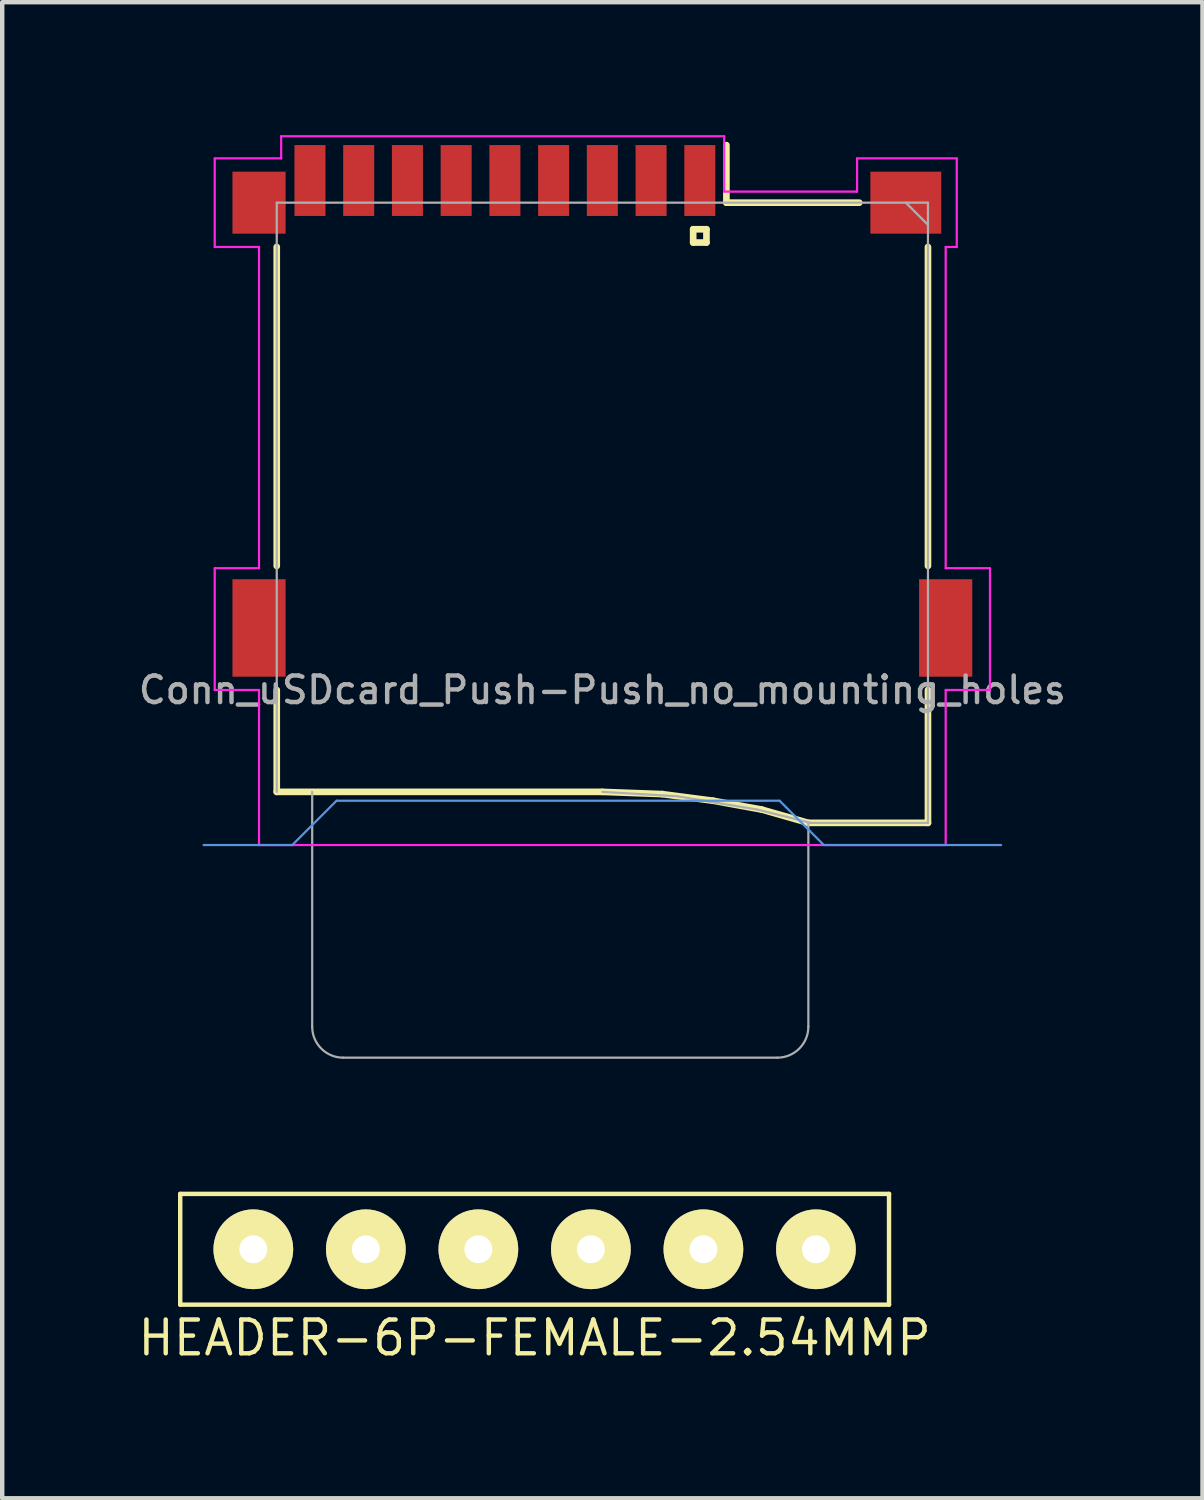
<source format=kicad_pcb>
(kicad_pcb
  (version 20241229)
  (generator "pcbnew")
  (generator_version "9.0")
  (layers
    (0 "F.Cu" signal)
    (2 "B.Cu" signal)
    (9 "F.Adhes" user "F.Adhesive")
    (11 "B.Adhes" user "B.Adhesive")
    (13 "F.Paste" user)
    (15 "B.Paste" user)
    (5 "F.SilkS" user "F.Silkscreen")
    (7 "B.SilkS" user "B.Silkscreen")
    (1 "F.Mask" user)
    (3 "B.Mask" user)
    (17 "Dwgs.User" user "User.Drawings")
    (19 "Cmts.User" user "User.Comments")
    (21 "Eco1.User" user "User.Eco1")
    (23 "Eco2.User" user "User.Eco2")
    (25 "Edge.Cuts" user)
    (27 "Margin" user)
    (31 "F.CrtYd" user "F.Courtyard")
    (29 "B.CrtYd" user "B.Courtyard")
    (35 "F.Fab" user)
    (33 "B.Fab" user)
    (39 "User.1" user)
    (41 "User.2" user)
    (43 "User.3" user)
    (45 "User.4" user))
  (footprint "HEADER-6P-FEMALE-2.54MMP"
    (layer "F.Cu")
    (at 9.018 25.15)
    (property "Reference" "HEADER-6P-FEMALE-2.54MMP" (at 0 2 0) (layer "F.SilkS") (effects (font (size 0.762 0.762) (thickness 0.1))))
    (attr through_hole)
    (fp_line (start -8 -1.25) (end 8 -1.25) (stroke (width 0.1) (type solid)) (layer "F.SilkS"))
    (fp_line (start -8 1.25) (end -8 -1.25) (stroke (width 0.1) (type solid)) (layer "F.SilkS"))
    (fp_line (start -8 1.25) (end 8 1.25) (stroke (width 0.1) (type solid)) (layer "F.SilkS"))
    (fp_line (start 8 1.25) (end 8 -1.25) (stroke (width 0.1) (type solid)) (layer "F.SilkS"))
    (pad "1" thru_hole circle (at -6.35 0) (size 1.8 1.8) (drill 0.63) (layers "*.Cu" "*.Mask" "F.SilkS"))
    (pad "2" thru_hole circle (at -3.81 0) (size 1.8 1.8) (drill 0.63) (layers "*.Cu" "*.Mask" "F.SilkS"))
    (pad "3" thru_hole circle (at -1.27 0) (size 1.8 1.8) (drill 0.63) (layers "*.Cu" "*.Mask" "F.SilkS"))
    (pad "4" thru_hole circle (at 1.27 0) (size 1.8 1.8) (drill 0.63) (layers "*.Cu" "*.Mask" "F.SilkS"))
    (pad "5" thru_hole circle (at 3.81 0) (size 1.8 1.8) (drill 0.63) (layers "*.Cu" "*.Mask" "F.SilkS"))
    (pad "6" thru_hole circle (at 6.35 0) (size 1.8 1.8) (drill 0.63) (layers "*.Cu" "*.Mask" "F.SilkS")))
  (footprint "Conn_uSDcard_Push-Push_no_mounting_holes"
    (layer "F.Cu")
    (at 10.547 11.525)
    (property "Reference" "Conn_uSDcard_Push-Push_no_mounting_holes" (at 0 1 180) (layer "F.Fab") (effects (font (size 0.6 0.6) (thickness 0.1))))
    (attr smd)
    (fp_line (start -7.35 -1.8) (end -7.35 -9) (stroke (width 0.15) (type solid)) (layer "F.SilkS"))
    (fp_line (start -7.35 1) (end -7.35 3.3) (stroke (width 0.15) (type solid)) (layer "F.SilkS"))
    (fp_line (start -7.35 3.3) (end 0 3.3) (stroke (width 0.15) (type solid)) (layer "F.SilkS"))
    (fp_line (start 0 3.3) (end 1.35 3.35) (stroke (width 0.15) (type solid)) (layer "F.SilkS"))
    (fp_line (start 1.35 3.35) (end 2.5 3.5) (stroke (width 0.15) (type solid)) (layer "F.SilkS"))
    (fp_line (start 2.05 -9.4) (end 2.05 -9.1) (stroke (width 0.15) (type solid)) (layer "F.SilkS"))
    (fp_line (start 2.05 -9.1) (end 2.35 -9.1) (stroke (width 0.15) (type solid)) (layer "F.SilkS"))
    (fp_line (start 2.35 -9.4) (end 2.05 -9.4) (stroke (width 0.15) (type solid)) (layer "F.SilkS"))
    (fp_line (start 2.35 -9.1) (end 2.35 -9.4) (stroke (width 0.15) (type solid)) (layer "F.SilkS"))
    (fp_line (start 2.5 3.5) (end 3.6 3.7) (stroke (width 0.15) (type solid)) (layer "F.SilkS"))
    (fp_line (start 2.8 -10) (end 2.8 -11.3) (stroke (width 0.15) (type solid)) (layer "F.SilkS"))
    (fp_line (start 2.8 -10) (end 5.8 -10) (stroke (width 0.15) (type solid)) (layer "F.SilkS"))
    (fp_line (start 3.6 3.7) (end 4.65 4) (stroke (width 0.15) (type solid)) (layer "F.SilkS"))
    (fp_line (start 4.65 4) (end 7.35 4) (stroke (width 0.15) (type solid)) (layer "F.SilkS"))
    (fp_line (start 7.35 -9) (end 7.35 -1.8) (stroke (width 0.15) (type solid)) (layer "F.SilkS"))
    (fp_line (start 7.35 4) (end 7.35 1) (stroke (width 0.15) (type solid)) (layer "F.SilkS"))
    (fp_line (start -9 4.5) (end -7 4.5) (stroke (width 0.05) (type solid)) (layer "Cmts.User"))
    (fp_line (start -7 4.5) (end -6 3.5) (stroke (width 0.05) (type solid)) (layer "Cmts.User"))
    (fp_line (start -6 3.5) (end 4 3.5) (stroke (width 0.05) (type solid)) (layer "Cmts.User"))
    (fp_line (start 4 3.5) (end 5 4.5) (stroke (width 0.05) (type solid)) (layer "Cmts.User"))
    (fp_line (start 5 4.5) (end 9 4.5) (stroke (width 0.05) (type solid)) (layer "Cmts.User"))
    (fp_line (start -8.75 -11) (end -7.25 -11) (stroke (width 0.05) (type solid)) (layer "F.CrtYd"))
    (fp_line (start -8.75 -9) (end -8.75 -11) (stroke (width 0.05) (type solid)) (layer "F.CrtYd"))
    (fp_line (start -8.75 -1.75) (end -7.75 -1.75) (stroke (width 0.05) (type solid)) (layer "F.CrtYd"))
    (fp_line (start -8.75 1) (end -8.75 -1.75) (stroke (width 0.05) (type solid)) (layer "F.CrtYd"))
    (fp_line (start -7.75 -9) (end -8.75 -9) (stroke (width 0.05) (type solid)) (layer "F.CrtYd"))
    (fp_line (start -7.75 -1.75) (end -7.75 -9) (stroke (width 0.05) (type solid)) (layer "F.CrtYd"))
    (fp_line (start -7.75 1) (end -8.75 1) (stroke (width 0.05) (type solid)) (layer "F.CrtYd"))
    (fp_line (start -7.75 4.5) (end -7.75 1) (stroke (width 0.05) (type solid)) (layer "F.CrtYd"))
    (fp_line (start -7.75 4.5) (end 7.75 4.5) (stroke (width 0.05) (type solid)) (layer "F.CrtYd"))
    (fp_line (start -7.25 -11.5) (end 2.75 -11.5) (stroke (width 0.05) (type solid)) (layer "F.CrtYd"))
    (fp_line (start -7.25 -11) (end -7.25 -11.5) (stroke (width 0.05) (type solid)) (layer "F.CrtYd"))
    (fp_line (start 2.75 -11.5) (end 2.75 -10.25) (stroke (width 0.05) (type solid)) (layer "F.CrtYd"))
    (fp_line (start 2.75 -10.25) (end 5.75 -10.25) (stroke (width 0.05) (type solid)) (layer "F.CrtYd"))
    (fp_line (start 5.75 -11) (end 8 -11) (stroke (width 0.05) (type solid)) (layer "F.CrtYd"))
    (fp_line (start 5.75 -10.25) (end 5.75 -11) (stroke (width 0.05) (type solid)) (layer "F.CrtYd"))
    (fp_line (start 7.75 -9) (end 7.75 -1.75) (stroke (width 0.05) (type solid)) (layer "F.CrtYd"))
    (fp_line (start 7.75 -1.75) (end 8.75 -1.75) (stroke (width 0.05) (type solid)) (layer "F.CrtYd"))
    (fp_line (start 7.75 1) (end 7.75 4.5) (stroke (width 0.05) (type solid)) (layer "F.CrtYd"))
    (fp_line (start 8 -11) (end 8 -9) (stroke (width 0.05) (type solid)) (layer "F.CrtYd"))
    (fp_line (start 8 -9) (end 7.75 -9) (stroke (width 0.05) (type solid)) (layer "F.CrtYd"))
    (fp_line (start 8.75 -1.75) (end 8.75 1) (stroke (width 0.05) (type solid)) (layer "F.CrtYd"))
    (fp_line (start 8.75 1) (end 7.75 1) (stroke (width 0.05) (type solid)) (layer "F.CrtYd"))
    (fp_line (start -7.35 -10) (end -7.35 3.3) (stroke (width 0.05) (type solid)) (layer "F.Fab"))
    (fp_line (start -7.35 -10) (end 7.35 -10) (stroke (width 0.05) (type solid)) (layer "F.Fab"))
    (fp_line (start -6.55 8.6) (end -6.55 3.3) (stroke (width 0.05) (type solid)) (layer "F.Fab"))
    (fp_line (start -5.85 9.3) (end 3.95 9.3) (stroke (width 0.05) (type solid)) (layer "F.Fab"))
    (fp_line (start 0 3.3) (end 1.7 3.4) (stroke (width 0.05) (type solid)) (layer "F.Fab"))
    (fp_line (start 1.7 3.4) (end 3.5 3.7) (stroke (width 0.05) (type solid)) (layer "F.Fab"))
    (fp_line (start 3.5 3.7) (end 4.7 4) (stroke (width 0.05) (type solid)) (layer "F.Fab"))
    (fp_line (start 4.65 4) (end 7.35 4) (stroke (width 0.05) (type solid)) (layer "F.Fab"))
    (fp_line (start 4.65 8.6) (end 4.65 4) (stroke (width 0.05) (type solid)) (layer "F.Fab"))
    (fp_line (start 7.35 -10) (end 7.35 4) (stroke (width 0.05) (type solid)) (layer "F.Fab"))
    (fp_line (start 7.35 -9.5) (end 6.85 -10) (stroke (width 0.05) (type solid)) (layer "F.Fab"))
    (fp_arc (start -5.85 9.3) (mid -6.344975 9.094975) (end -6.55 8.6) (stroke (width 0.05) (type solid)) (layer "F.Fab"))
    (fp_arc (start 4.65 8.6) (mid 4.444975 9.094975) (end 3.95 9.3) (stroke (width 0.05) (type solid)) (layer "F.Fab"))
    (fp_text user "${REFERENCE}" (at 2.1 -9.35 180) (layer "Eco1.User") (effects (font (size 0.3 0.3) (thickness 0.03))))
    (pad "1" smd rect (at 2.2 -10.5) (size 0.7 1.6) (layers "F.Cu" "F.Mask" "F.Paste"))
    (pad "2" smd rect (at 1.1 -10.5) (size 0.7 1.6) (layers "F.Cu" "F.Mask" "F.Paste"))
    (pad "3" smd rect (at 0 -10.5) (size 0.7 1.6) (layers "F.Cu" "F.Mask" "F.Paste"))
    (pad "4" smd rect (at -1.1 -10.5) (size 0.7 1.6) (layers "F.Cu" "F.Mask" "F.Paste"))
    (pad "5" smd rect (at -2.2 -10.5) (size 0.7 1.6) (layers "F.Cu" "F.Mask" "F.Paste"))
    (pad "6" smd rect (at -7.75 -10) (size 1.2 1.4) (layers "F.Cu" "F.Mask" "F.Paste"))
    (pad "6" smd rect (at -7.75 -0.4) (size 1.2 2.2) (layers "F.Cu" "F.Mask" "F.Paste"))
    (pad "6" smd rect (at -3.3 -10.5) (size 0.7 1.6) (layers "F.Cu" "F.Mask" "F.Paste"))
    (pad "6" smd rect (at 6.85 -10) (size 1.6 1.4) (layers "F.Cu" "F.Mask" "F.Paste"))
    (pad "6" smd rect (at 7.75 -0.4) (size 1.2 2.2) (layers "F.Cu" "F.Mask" "F.Paste"))
    (pad "7" smd rect (at -4.4 -10.5) (size 0.7 1.6) (layers "F.Cu" "F.Mask" "F.Paste"))
    (pad "8" smd rect (at -5.5 -10.5) (size 0.7 1.6) (layers "F.Cu" "F.Mask" "F.Paste"))
    (pad "9" smd rect (at -6.6 -10.5) (size 0.7 1.6) (layers "F.Cu" "F.Mask" "F.Paste")))
  (gr_rect
    (start -3 -3)
    (end 24.094 30.771)
    (stroke (width 0.1) (type default))
    (fill no)
    (layer "Edge.Cuts")))
</source>
